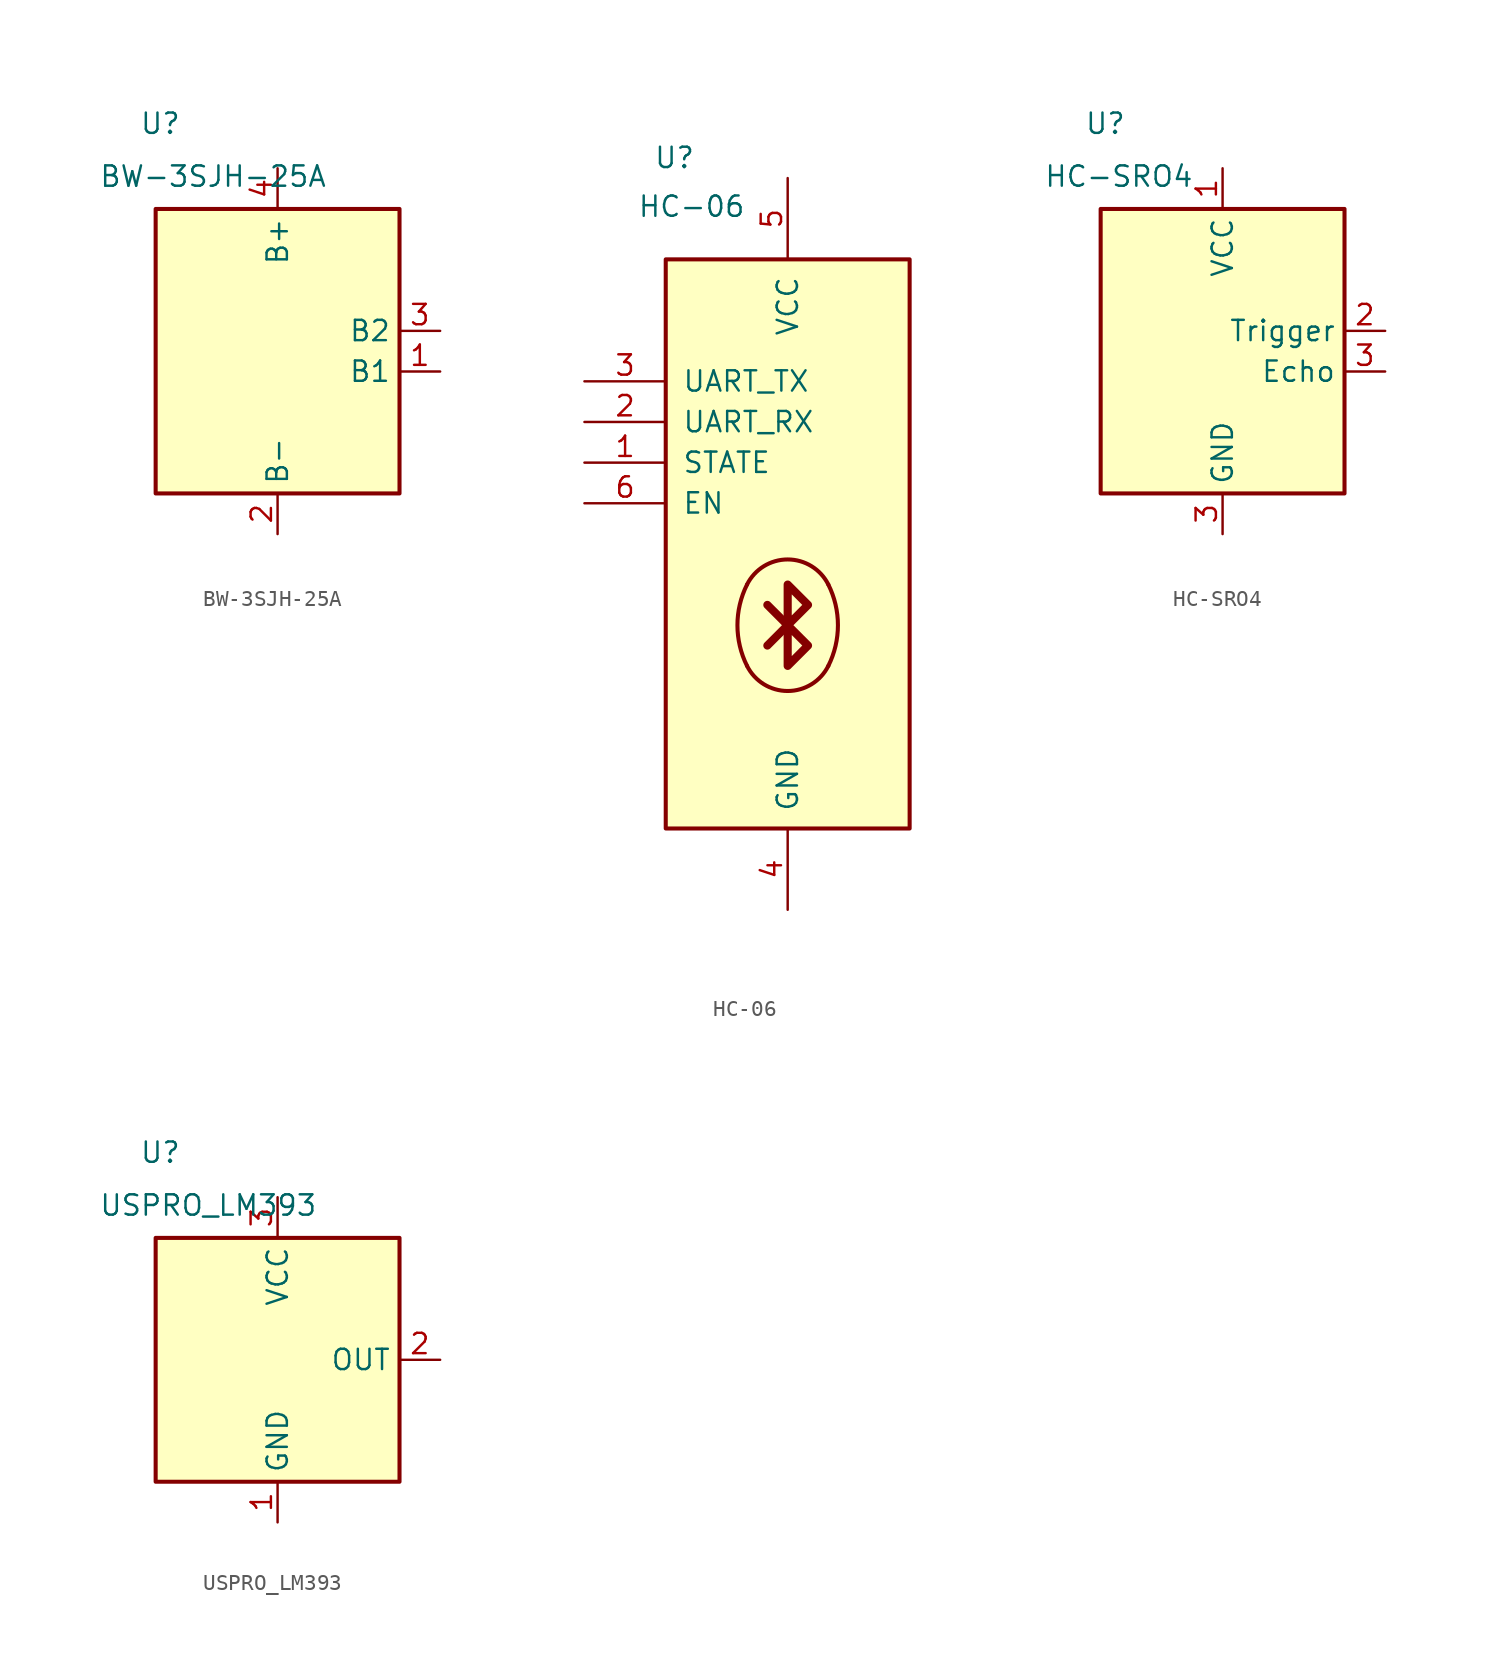
<source format=kicad_sym>
(kicad_symbol_lib
  (version 20231120)
  (generator "kicad_symbol_editor")
  (generator_version "8.0")
  (symbol "BW-3SJH-25A"
    (property "Reference" "U"
      (at -8.636 12.954 0)
      (effects (font (size 1.27 1.27)) (justify left)))
    (property "Value" "BW-3SJH-25A"
      (at -11.176 9.652 0)
      (effects (font (size 1.27 1.27)) (justify left)))
    (symbol "BW-3SJH-25A_0_1"
      (rectangle (start -7.62 7.62) (end 7.62 -10.16) (stroke (width 0.254) (type default)) (fill (type background))))
    (symbol "BW-3SJH-25A_1_1"
      (pin output line (at 10.16 -2.54 180) (length 2.54) (name "B1" (effects (font (size 1.27 1.27)))) (number "1" (effects (font (size 1.27 1.27)))))
      (pin power_in line (at 0 -12.7 90) (length 2.54) (name "B-" (effects (font (size 1.27 1.27)))) (number "2" (effects (font (size 1.27 1.27)))))
      (pin input line (at 10.16 0 180) (length 2.54) (name "B2" (effects (font (size 1.27 1.27)))) (number "3" (effects (font (size 1.27 1.27)))))
      (pin power_in line (at 0 10.16 270) (length 2.54) (name "B+" (effects (font (size 1.27 1.27)))) (number "4" (effects (font (size 1.27 1.27)))))))
  (symbol "HC-06"
    (pin_names
      (offset 1.016))
    (property "Reference" "U"
      (at -16.002 27.94 0)
      (effects (font (size 1.27 1.27)) (justify left)))
    (property "Value" "HC-06"
      (at -17.018 24.892 0)
      (effects (font (size 1.27 1.27)) (justify left)))
    (symbol "HC-06_0_1"
      (rectangle (start -15.24 21.59) (end 0 -13.97) (stroke (width 0.254) (type default)) (fill (type background)))
      (arc (start -10.1599 -3.81) (mid -7.6199 -5.3798) (end -5.0799 -3.81) (stroke (width 0.254) (type default)) (fill (type background)))
      (arc (start -10.1599 1.27) (mid -10.7595 -1.27) (end -10.1599 -3.81) (stroke (width 0.254) (type default)) (fill (type background)))
      (arc (start -5.0799 -3.81) (mid -4.4803 -1.27) (end -5.0799 1.27) (stroke (width 0.254) (type default)) (fill (type background)))
      (arc (start -5.0799 1.27) (mid -7.6199 2.8398) (end -10.1599 1.27) (stroke (width 0.254) (type default)) (fill (type background)))
      (polyline (pts (xy -7.62 -1.27) (xy -8.89 -2.54)) (stroke (width 0.508) (type default)) (fill (type none)))
      (polyline (pts (xy -7.62 -1.27) (xy -8.89 0)) (stroke (width 0.508) (type default)) (fill (type none)))
      (polyline (pts (xy -7.62 1.27) (xy -6.35 0) (xy -7.62 -1.27) (xy -6.35 -2.54) (xy -7.62 -3.81) (xy -7.62 1.27)) (stroke (width 0.508) (type default)) (fill (type none))))
    (symbol "HC-06_1_1"
      (pin input line (at -20.32 8.89 0) (length 5.08) (name "STATE" (effects (font (size 1.27 1.27)))) (number "1" (effects (font (size 1.27 1.27)))))
      (pin input line (at -20.32 11.43 0) (length 5.08) (name "UART_RX" (effects (font (size 1.27 1.27)))) (number "2" (effects (font (size 1.27 1.27)))))
      (pin output line (at -20.32 13.97 0) (length 5.08) (name "UART_TX" (effects (font (size 1.27 1.27)))) (number "3" (effects (font (size 1.27 1.27)))))
      (pin power_in line (at -7.62 -19.05 90) (length 5.08) (name "GND" (effects (font (size 1.27 1.27)))) (number "4" (effects (font (size 1.27 1.27)))))
      (pin power_in line (at -7.62 26.67 270) (length 5.08) (name "VCC" (effects (font (size 1.27 1.27)))) (number "5" (effects (font (size 1.27 1.27)))))
      (pin input line (at -20.32 6.35 0) (length 5.08) (name "EN" (effects (font (size 1.27 1.27)))) (number "6" (effects (font (size 1.27 1.27)))))))
  (symbol "HC-SRO4"
    (property "Reference" "U"
      (at -8.636 12.954 0)
      (effects (font (size 1.27 1.27)) (justify left)))
    (property "Value" "HC-SRO4"
      (at -11.176 9.652 0)
      (effects (font (size 1.27 1.27)) (justify left)))
    (symbol "HC-SRO4_0_1"
      (rectangle (start -7.62 7.62) (end 7.62 -10.16) (stroke (width 0.254) (type default)) (fill (type background))))
    (symbol "HC-SRO4_1_1"
      (pin power_in line (at 0 10.16 270) (length 2.54) (name "VCC" (effects (font (size 1.27 1.27)))) (number "1" (effects (font (size 1.27 1.27)))))
      (pin input line (at 10.16 0 180) (length 2.54) (name "Trigger" (effects (font (size 1.27 1.27)))) (number "2" (effects (font (size 1.27 1.27)))))
      (pin output line (at 10.16 -2.54 180) (length 2.54) (name "Echo" (effects (font (size 1.27 1.27)))) (number "3" (effects (font (size 1.27 1.27)))))
      (pin power_in line (at 0 -12.7 90) (length 2.54) (name "GND" (effects (font (size 1.27 1.27)))) (number "3" (effects (font (size 1.27 1.27)))))))
  (symbol "USPRO_LM393"
    (property "Reference" "U"
      (at -8.636 12.954 0)
      (effects (font (size 1.27 1.27)) (justify left)))
    (property "Value" "USPRO_LM393"
      (at -11.176 9.652 0)
      (effects (font (size 1.27 1.27)) (justify left)))
    (symbol "USPRO_LM393_0_1"
      (rectangle (start -7.62 7.62) (end 7.62 -7.62) (stroke (width 0.254) (type default)) (fill (type background))))
    (symbol "USPRO_LM393_1_1"
      (pin power_in line (at 0 -10.16 90) (length 2.54) (name "GND" (effects (font (size 1.27 1.27)))) (number "1" (effects (font (size 1.27 1.27)))))
      (pin output line (at 10.16 0 180) (length 2.54) (name "OUT" (effects (font (size 1.27 1.27)))) (number "2" (effects (font (size 1.27 1.27)))))
      (pin power_in line (at 0 10.16 270) (length 2.54) (name "VCC" (effects (font (size 1.27 1.27)))) (number "3" (effects (font (size 1.27 1.27))))))))
</source>
